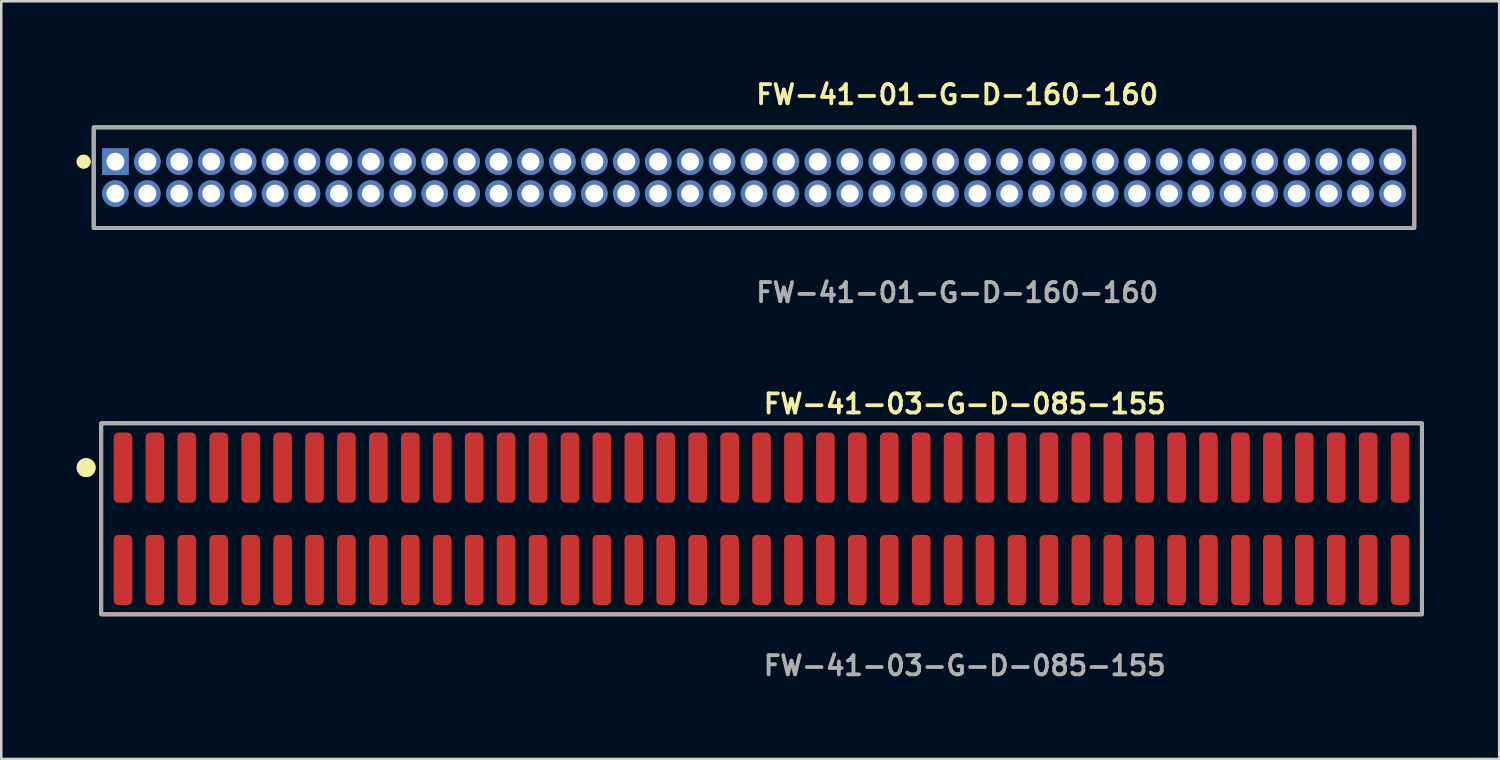
<source format=kicad_pcb>
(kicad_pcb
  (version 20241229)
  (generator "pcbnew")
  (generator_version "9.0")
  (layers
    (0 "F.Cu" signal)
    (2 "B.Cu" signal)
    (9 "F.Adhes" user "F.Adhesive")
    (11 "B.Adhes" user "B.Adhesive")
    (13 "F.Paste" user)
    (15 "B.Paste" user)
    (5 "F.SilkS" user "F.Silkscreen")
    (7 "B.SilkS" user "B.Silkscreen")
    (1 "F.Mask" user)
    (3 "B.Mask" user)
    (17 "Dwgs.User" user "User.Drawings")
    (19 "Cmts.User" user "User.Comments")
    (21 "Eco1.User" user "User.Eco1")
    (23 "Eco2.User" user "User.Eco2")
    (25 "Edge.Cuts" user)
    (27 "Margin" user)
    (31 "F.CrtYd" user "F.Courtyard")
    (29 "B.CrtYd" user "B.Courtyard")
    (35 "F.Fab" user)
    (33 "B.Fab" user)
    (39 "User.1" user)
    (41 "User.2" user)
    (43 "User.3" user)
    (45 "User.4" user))
  (footprint "FW-41-03-G-D-085-155"
    (layer "F.Cu")
    (at 27.241 17.586)
    (property "Reference" "FW-41-03-G-D-085-155" (at 0 -4.572 0) (unlocked yes) (layer "F.SilkS") (effects (font (size 0.762 0.762) (thickness 0.152)) (justify left)))
    (fp_rect (start -26.265 3.8) (end 26.265 -3.8) (stroke (width 0.152) (type solid)) (fill no) (layer "F.SilkS"))
    (fp_circle (center -26.865 -2.035) (end -27.165 -2.035) (stroke (width 0.152) (type solid)) (fill yes) (layer "F.SilkS"))
    (fp_circle (center -26.865 -2.035) (end -27.165 -2.035) (stroke (width 0.152) (type solid)) (fill yes) (layer "F.SilkS"))
    (fp_rect (start -26.265 3.8) (end 26.265 -3.8) (stroke (width 0.006) (type solid)) (fill no) (layer "F.CrtYd"))
    (fp_rect (start -26.265 3.8) (end 26.265 -3.8) (stroke (width 0.152) (type solid)) (fill no) (layer "F.Fab"))
    (fp_text user "${REFERENCE}" (at 0 5.842 0) (unlocked yes) (layer "F.Fab") (effects (font (size 0.762 0.762) (thickness 0.152)) (justify left)))
    (pad "1" smd roundrect (at -25.4 -2.035) (size 0.74 2.79) (layers "F.Cu" "F.Paste") (roundrect_rratio 0.25))
    (pad "2" smd roundrect (at -25.4 2.035) (size 0.74 2.79) (layers "F.Cu" "F.Paste") (roundrect_rratio 0.25))
    (pad "3" smd roundrect (at -24.13 -2.035) (size 0.74 2.79) (layers "F.Cu" "F.Paste") (roundrect_rratio 0.25))
    (pad "4" smd roundrect (at -24.13 2.035) (size 0.74 2.79) (layers "F.Cu" "F.Paste") (roundrect_rratio 0.25))
    (pad "5" smd roundrect (at -22.86 -2.035) (size 0.74 2.79) (layers "F.Cu" "F.Paste") (roundrect_rratio 0.25))
    (pad "6" smd roundrect (at -22.86 2.035) (size 0.74 2.79) (layers "F.Cu" "F.Paste") (roundrect_rratio 0.25))
    (pad "7" smd roundrect (at -21.59 -2.035) (size 0.74 2.79) (layers "F.Cu" "F.Paste") (roundrect_rratio 0.25))
    (pad "8" smd roundrect (at -21.59 2.035) (size 0.74 2.79) (layers "F.Cu" "F.Paste") (roundrect_rratio 0.25))
    (pad "9" smd roundrect (at -20.32 -2.035) (size 0.74 2.79) (layers "F.Cu" "F.Paste") (roundrect_rratio 0.25))
    (pad "10" smd roundrect (at -20.32 2.035) (size 0.74 2.79) (layers "F.Cu" "F.Paste") (roundrect_rratio 0.25))
    (pad "11" smd roundrect (at -19.05 -2.035) (size 0.74 2.79) (layers "F.Cu" "F.Paste") (roundrect_rratio 0.25))
    (pad "12" smd roundrect (at -19.05 2.035) (size 0.74 2.79) (layers "F.Cu" "F.Paste") (roundrect_rratio 0.25))
    (pad "13" smd roundrect (at -17.78 -2.035) (size 0.74 2.79) (layers "F.Cu" "F.Paste") (roundrect_rratio 0.25))
    (pad "14" smd roundrect (at -17.78 2.035) (size 0.74 2.79) (layers "F.Cu" "F.Paste") (roundrect_rratio 0.25))
    (pad "15" smd roundrect (at -16.51 -2.035) (size 0.74 2.79) (layers "F.Cu" "F.Paste") (roundrect_rratio 0.25))
    (pad "16" smd roundrect (at -16.51 2.035) (size 0.74 2.79) (layers "F.Cu" "F.Paste") (roundrect_rratio 0.25))
    (pad "17" smd roundrect (at -15.24 -2.035) (size 0.74 2.79) (layers "F.Cu" "F.Paste") (roundrect_rratio 0.25))
    (pad "18" smd roundrect (at -15.24 2.035) (size 0.74 2.79) (layers "F.Cu" "F.Paste") (roundrect_rratio 0.25))
    (pad "19" smd roundrect (at -13.97 -2.035) (size 0.74 2.79) (layers "F.Cu" "F.Paste") (roundrect_rratio 0.25))
    (pad "20" smd roundrect (at -13.97 2.035) (size 0.74 2.79) (layers "F.Cu" "F.Paste") (roundrect_rratio 0.25))
    (pad "21" smd roundrect (at -12.7 -2.035) (size 0.74 2.79) (layers "F.Cu" "F.Paste") (roundrect_rratio 0.25))
    (pad "22" smd roundrect (at -12.7 2.035) (size 0.74 2.79) (layers "F.Cu" "F.Paste") (roundrect_rratio 0.25))
    (pad "23" smd roundrect (at -11.43 -2.035) (size 0.74 2.79) (layers "F.Cu" "F.Paste") (roundrect_rratio 0.25))
    (pad "24" smd roundrect (at -11.43 2.035) (size 0.74 2.79) (layers "F.Cu" "F.Paste") (roundrect_rratio 0.25))
    (pad "25" smd roundrect (at -10.16 -2.035) (size 0.74 2.79) (layers "F.Cu" "F.Paste") (roundrect_rratio 0.25))
    (pad "26" smd roundrect (at -10.16 2.035) (size 0.74 2.79) (layers "F.Cu" "F.Paste") (roundrect_rratio 0.25))
    (pad "27" smd roundrect (at -8.89 -2.035) (size 0.74 2.79) (layers "F.Cu" "F.Paste") (roundrect_rratio 0.25))
    (pad "28" smd roundrect (at -8.89 2.035) (size 0.74 2.79) (layers "F.Cu" "F.Paste") (roundrect_rratio 0.25))
    (pad "29" smd roundrect (at -7.62 -2.035) (size 0.74 2.79) (layers "F.Cu" "F.Paste") (roundrect_rratio 0.25))
    (pad "30" smd roundrect (at -7.62 2.035) (size 0.74 2.79) (layers "F.Cu" "F.Paste") (roundrect_rratio 0.25))
    (pad "31" smd roundrect (at -6.35 -2.035) (size 0.74 2.79) (layers "F.Cu" "F.Paste") (roundrect_rratio 0.25))
    (pad "32" smd roundrect (at -6.35 2.035) (size 0.74 2.79) (layers "F.Cu" "F.Paste") (roundrect_rratio 0.25))
    (pad "33" smd roundrect (at -5.08 -2.035) (size 0.74 2.79) (layers "F.Cu" "F.Paste") (roundrect_rratio 0.25))
    (pad "34" smd roundrect (at -5.08 2.035) (size 0.74 2.79) (layers "F.Cu" "F.Paste") (roundrect_rratio 0.25))
    (pad "35" smd roundrect (at -3.81 -2.035) (size 0.74 2.79) (layers "F.Cu" "F.Paste") (roundrect_rratio 0.25))
    (pad "36" smd roundrect (at -3.81 2.035) (size 0.74 2.79) (layers "F.Cu" "F.Paste") (roundrect_rratio 0.25))
    (pad "37" smd roundrect (at -2.54 -2.035) (size 0.74 2.79) (layers "F.Cu" "F.Paste") (roundrect_rratio 0.25))
    (pad "38" smd roundrect (at -2.54 2.035) (size 0.74 2.79) (layers "F.Cu" "F.Paste") (roundrect_rratio 0.25))
    (pad "39" smd roundrect (at -1.27 -2.035) (size 0.74 2.79) (layers "F.Cu" "F.Paste") (roundrect_rratio 0.25))
    (pad "40" smd roundrect (at -1.27 2.035) (size 0.74 2.79) (layers "F.Cu" "F.Paste") (roundrect_rratio 0.25))
    (pad "41" smd roundrect (at 0 -2.035) (size 0.74 2.79) (layers "F.Cu" "F.Paste") (roundrect_rratio 0.25))
    (pad "42" smd roundrect (at 0 2.035) (size 0.74 2.79) (layers "F.Cu" "F.Paste") (roundrect_rratio 0.25))
    (pad "43" smd roundrect (at 1.27 -2.035) (size 0.74 2.79) (layers "F.Cu" "F.Paste") (roundrect_rratio 0.25))
    (pad "44" smd roundrect (at 1.27 2.035) (size 0.74 2.79) (layers "F.Cu" "F.Paste") (roundrect_rratio 0.25))
    (pad "45" smd roundrect (at 2.54 -2.035) (size 0.74 2.79) (layers "F.Cu" "F.Paste") (roundrect_rratio 0.25))
    (pad "46" smd roundrect (at 2.54 2.035) (size 0.74 2.79) (layers "F.Cu" "F.Paste") (roundrect_rratio 0.25))
    (pad "47" smd roundrect (at 3.81 -2.035) (size 0.74 2.79) (layers "F.Cu" "F.Paste") (roundrect_rratio 0.25))
    (pad "48" smd roundrect (at 3.81 2.035) (size 0.74 2.79) (layers "F.Cu" "F.Paste") (roundrect_rratio 0.25))
    (pad "49" smd roundrect (at 5.08 -2.035) (size 0.74 2.79) (layers "F.Cu" "F.Paste") (roundrect_rratio 0.25))
    (pad "50" smd roundrect (at 5.08 2.035) (size 0.74 2.79) (layers "F.Cu" "F.Paste") (roundrect_rratio 0.25))
    (pad "51" smd roundrect (at 6.35 -2.035) (size 0.74 2.79) (layers "F.Cu" "F.Paste") (roundrect_rratio 0.25))
    (pad "52" smd roundrect (at 6.35 2.035) (size 0.74 2.79) (layers "F.Cu" "F.Paste") (roundrect_rratio 0.25))
    (pad "53" smd roundrect (at 7.62 -2.035) (size 0.74 2.79) (layers "F.Cu" "F.Paste") (roundrect_rratio 0.25))
    (pad "54" smd roundrect (at 7.62 2.035) (size 0.74 2.79) (layers "F.Cu" "F.Paste") (roundrect_rratio 0.25))
    (pad "55" smd roundrect (at 8.89 -2.035) (size 0.74 2.79) (layers "F.Cu" "F.Paste") (roundrect_rratio 0.25))
    (pad "56" smd roundrect (at 8.89 2.035) (size 0.74 2.79) (layers "F.Cu" "F.Paste") (roundrect_rratio 0.25))
    (pad "57" smd roundrect (at 10.16 -2.035) (size 0.74 2.79) (layers "F.Cu" "F.Paste") (roundrect_rratio 0.25))
    (pad "58" smd roundrect (at 10.16 2.035) (size 0.74 2.79) (layers "F.Cu" "F.Paste") (roundrect_rratio 0.25))
    (pad "59" smd roundrect (at 11.43 -2.035) (size 0.74 2.79) (layers "F.Cu" "F.Paste") (roundrect_rratio 0.25))
    (pad "60" smd roundrect (at 11.43 2.035) (size 0.74 2.79) (layers "F.Cu" "F.Paste") (roundrect_rratio 0.25))
    (pad "61" smd roundrect (at 12.7 -2.035) (size 0.74 2.79) (layers "F.Cu" "F.Paste") (roundrect_rratio 0.25))
    (pad "62" smd roundrect (at 12.7 2.035) (size 0.74 2.79) (layers "F.Cu" "F.Paste") (roundrect_rratio 0.25))
    (pad "63" smd roundrect (at 13.97 -2.035) (size 0.74 2.79) (layers "F.Cu" "F.Paste") (roundrect_rratio 0.25))
    (pad "64" smd roundrect (at 13.97 2.035) (size 0.74 2.79) (layers "F.Cu" "F.Paste") (roundrect_rratio 0.25))
    (pad "65" smd roundrect (at 15.24 -2.035) (size 0.74 2.79) (layers "F.Cu" "F.Paste") (roundrect_rratio 0.25))
    (pad "66" smd roundrect (at 15.24 2.035) (size 0.74 2.79) (layers "F.Cu" "F.Paste") (roundrect_rratio 0.25))
    (pad "67" smd roundrect (at 16.51 -2.035) (size 0.74 2.79) (layers "F.Cu" "F.Paste") (roundrect_rratio 0.25))
    (pad "68" smd roundrect (at 16.51 2.035) (size 0.74 2.79) (layers "F.Cu" "F.Paste") (roundrect_rratio 0.25))
    (pad "69" smd roundrect (at 17.78 -2.035) (size 0.74 2.79) (layers "F.Cu" "F.Paste") (roundrect_rratio 0.25))
    (pad "70" smd roundrect (at 17.78 2.035) (size 0.74 2.79) (layers "F.Cu" "F.Paste") (roundrect_rratio 0.25))
    (pad "71" smd roundrect (at 19.05 -2.035) (size 0.74 2.79) (layers "F.Cu" "F.Paste") (roundrect_rratio 0.25))
    (pad "72" smd roundrect (at 19.05 2.035) (size 0.74 2.79) (layers "F.Cu" "F.Paste") (roundrect_rratio 0.25))
    (pad "73" smd roundrect (at 20.32 -2.035) (size 0.74 2.79) (layers "F.Cu" "F.Paste") (roundrect_rratio 0.25))
    (pad "74" smd roundrect (at 20.32 2.035) (size 0.74 2.79) (layers "F.Cu" "F.Paste") (roundrect_rratio 0.25))
    (pad "75" smd roundrect (at 21.59 -2.035) (size 0.74 2.79) (layers "F.Cu" "F.Paste") (roundrect_rratio 0.25))
    (pad "76" smd roundrect (at 21.59 2.035) (size 0.74 2.79) (layers "F.Cu" "F.Paste") (roundrect_rratio 0.25))
    (pad "77" smd roundrect (at 22.86 -2.035) (size 0.74 2.79) (layers "F.Cu" "F.Paste") (roundrect_rratio 0.25))
    (pad "78" smd roundrect (at 22.86 2.035) (size 0.74 2.79) (layers "F.Cu" "F.Paste") (roundrect_rratio 0.25))
    (pad "79" smd roundrect (at 24.13 -2.035) (size 0.74 2.79) (layers "F.Cu" "F.Paste") (roundrect_rratio 0.25))
    (pad "80" smd roundrect (at 24.13 2.035) (size 0.74 2.79) (layers "F.Cu" "F.Paste") (roundrect_rratio 0.25))
    (pad "81" smd roundrect (at 25.4 -2.035) (size 0.74 2.79) (layers "F.Cu" "F.Paste") (roundrect_rratio 0.25))
    (pad "82" smd roundrect (at 25.4 2.035) (size 0.74 2.79) (layers "F.Cu" "F.Paste") (roundrect_rratio 0.25)))
  (footprint "FW-41-01-G-D-160-160"
    (layer "F.Cu")
    (at 26.941 4.015)
    (property "Reference" "FW-41-01-G-D-160-160" (at 0 -3.302 0) (unlocked yes) (layer "F.SilkS") (effects (font (size 0.762 0.762) (thickness 0.152)) (justify left)))
    (fp_rect (start -26.265 2) (end 26.265 -2) (stroke (width 0.152) (type solid)) (fill no) (layer "F.SilkS"))
    (fp_circle (center -26.665 -0.635) (end -26.865 -0.635) (stroke (width 0.152) (type solid)) (fill yes) (layer "F.SilkS"))
    (fp_circle (center -26.665 -0.635) (end -26.865 -0.635) (stroke (width 0.152) (type solid)) (fill yes) (layer "F.SilkS"))
    (fp_rect (start -26.265 2) (end 26.265 -2) (stroke (width 0.006) (type solid)) (fill no) (layer "F.CrtYd"))
    (fp_rect (start -26.265 2) (end 26.265 -2) (stroke (width 0.152) (type solid)) (fill no) (layer "F.Fab"))
    (fp_text user "${REFERENCE}" (at 0 4.572 0) (unlocked yes) (layer "F.Fab") (effects (font (size 0.762 0.762) (thickness 0.152)) (justify left)))
    (pad "1" thru_hole rect (at -25.4 -0.635) (size 1.06 1.06) (drill 0.71) (layers "*.Cu" "*.Mask"))
    (pad "2" thru_hole circle (at -25.4 0.635) (size 1.06 1.06) (drill 0.71) (layers "*.Cu" "*.Mask"))
    (pad "3" thru_hole circle (at -24.13 -0.635) (size 1.06 1.06) (drill 0.71) (layers "*.Cu" "*.Mask"))
    (pad "4" thru_hole circle (at -24.13 0.635) (size 1.06 1.06) (drill 0.71) (layers "*.Cu" "*.Mask"))
    (pad "5" thru_hole circle (at -22.86 -0.635) (size 1.06 1.06) (drill 0.71) (layers "*.Cu" "*.Mask"))
    (pad "6" thru_hole circle (at -22.86 0.635) (size 1.06 1.06) (drill 0.71) (layers "*.Cu" "*.Mask"))
    (pad "7" thru_hole circle (at -21.59 -0.635) (size 1.06 1.06) (drill 0.71) (layers "*.Cu" "*.Mask"))
    (pad "8" thru_hole circle (at -21.59 0.635) (size 1.06 1.06) (drill 0.71) (layers "*.Cu" "*.Mask"))
    (pad "9" thru_hole circle (at -20.32 -0.635) (size 1.06 1.06) (drill 0.71) (layers "*.Cu" "*.Mask"))
    (pad "10" thru_hole circle (at -20.32 0.635) (size 1.06 1.06) (drill 0.71) (layers "*.Cu" "*.Mask"))
    (pad "11" thru_hole circle (at -19.05 -0.635) (size 1.06 1.06) (drill 0.71) (layers "*.Cu" "*.Mask"))
    (pad "12" thru_hole circle (at -19.05 0.635) (size 1.06 1.06) (drill 0.71) (layers "*.Cu" "*.Mask"))
    (pad "13" thru_hole circle (at -17.78 -0.635) (size 1.06 1.06) (drill 0.71) (layers "*.Cu" "*.Mask"))
    (pad "14" thru_hole circle (at -17.78 0.635) (size 1.06 1.06) (drill 0.71) (layers "*.Cu" "*.Mask"))
    (pad "15" thru_hole circle (at -16.51 -0.635) (size 1.06 1.06) (drill 0.71) (layers "*.Cu" "*.Mask"))
    (pad "16" thru_hole circle (at -16.51 0.635) (size 1.06 1.06) (drill 0.71) (layers "*.Cu" "*.Mask"))
    (pad "17" thru_hole circle (at -15.24 -0.635) (size 1.06 1.06) (drill 0.71) (layers "*.Cu" "*.Mask"))
    (pad "18" thru_hole circle (at -15.24 0.635) (size 1.06 1.06) (drill 0.71) (layers "*.Cu" "*.Mask"))
    (pad "19" thru_hole circle (at -13.97 -0.635) (size 1.06 1.06) (drill 0.71) (layers "*.Cu" "*.Mask"))
    (pad "20" thru_hole circle (at -13.97 0.635) (size 1.06 1.06) (drill 0.71) (layers "*.Cu" "*.Mask"))
    (pad "21" thru_hole circle (at -12.7 -0.635) (size 1.06 1.06) (drill 0.71) (layers "*.Cu" "*.Mask"))
    (pad "22" thru_hole circle (at -12.7 0.635) (size 1.06 1.06) (drill 0.71) (layers "*.Cu" "*.Mask"))
    (pad "23" thru_hole circle (at -11.43 -0.635) (size 1.06 1.06) (drill 0.71) (layers "*.Cu" "*.Mask"))
    (pad "24" thru_hole circle (at -11.43 0.635) (size 1.06 1.06) (drill 0.71) (layers "*.Cu" "*.Mask"))
    (pad "25" thru_hole circle (at -10.16 -0.635) (size 1.06 1.06) (drill 0.71) (layers "*.Cu" "*.Mask"))
    (pad "26" thru_hole circle (at -10.16 0.635) (size 1.06 1.06) (drill 0.71) (layers "*.Cu" "*.Mask"))
    (pad "27" thru_hole circle (at -8.89 -0.635) (size 1.06 1.06) (drill 0.71) (layers "*.Cu" "*.Mask"))
    (pad "28" thru_hole circle (at -8.89 0.635) (size 1.06 1.06) (drill 0.71) (layers "*.Cu" "*.Mask"))
    (pad "29" thru_hole circle (at -7.62 -0.635) (size 1.06 1.06) (drill 0.71) (layers "*.Cu" "*.Mask"))
    (pad "30" thru_hole circle (at -7.62 0.635) (size 1.06 1.06) (drill 0.71) (layers "*.Cu" "*.Mask"))
    (pad "31" thru_hole circle (at -6.35 -0.635) (size 1.06 1.06) (drill 0.71) (layers "*.Cu" "*.Mask"))
    (pad "32" thru_hole circle (at -6.35 0.635) (size 1.06 1.06) (drill 0.71) (layers "*.Cu" "*.Mask"))
    (pad "33" thru_hole circle (at -5.08 -0.635) (size 1.06 1.06) (drill 0.71) (layers "*.Cu" "*.Mask"))
    (pad "34" thru_hole circle (at -5.08 0.635) (size 1.06 1.06) (drill 0.71) (layers "*.Cu" "*.Mask"))
    (pad "35" thru_hole circle (at -3.81 -0.635) (size 1.06 1.06) (drill 0.71) (layers "*.Cu" "*.Mask"))
    (pad "36" thru_hole circle (at -3.81 0.635) (size 1.06 1.06) (drill 0.71) (layers "*.Cu" "*.Mask"))
    (pad "37" thru_hole circle (at -2.54 -0.635) (size 1.06 1.06) (drill 0.71) (layers "*.Cu" "*.Mask"))
    (pad "38" thru_hole circle (at -2.54 0.635) (size 1.06 1.06) (drill 0.71) (layers "*.Cu" "*.Mask"))
    (pad "39" thru_hole circle (at -1.27 -0.635) (size 1.06 1.06) (drill 0.71) (layers "*.Cu" "*.Mask"))
    (pad "40" thru_hole circle (at -1.27 0.635) (size 1.06 1.06) (drill 0.71) (layers "*.Cu" "*.Mask"))
    (pad "41" thru_hole circle (at 0 -0.635) (size 1.06 1.06) (drill 0.71) (layers "*.Cu" "*.Mask"))
    (pad "42" thru_hole circle (at 0 0.635) (size 1.06 1.06) (drill 0.71) (layers "*.Cu" "*.Mask"))
    (pad "43" thru_hole circle (at 1.27 -0.635) (size 1.06 1.06) (drill 0.71) (layers "*.Cu" "*.Mask"))
    (pad "44" thru_hole circle (at 1.27 0.635) (size 1.06 1.06) (drill 0.71) (layers "*.Cu" "*.Mask"))
    (pad "45" thru_hole circle (at 2.54 -0.635) (size 1.06 1.06) (drill 0.71) (layers "*.Cu" "*.Mask"))
    (pad "46" thru_hole circle (at 2.54 0.635) (size 1.06 1.06) (drill 0.71) (layers "*.Cu" "*.Mask"))
    (pad "47" thru_hole circle (at 3.81 -0.635) (size 1.06 1.06) (drill 0.71) (layers "*.Cu" "*.Mask"))
    (pad "48" thru_hole circle (at 3.81 0.635) (size 1.06 1.06) (drill 0.71) (layers "*.Cu" "*.Mask"))
    (pad "49" thru_hole circle (at 5.08 -0.635) (size 1.06 1.06) (drill 0.71) (layers "*.Cu" "*.Mask"))
    (pad "50" thru_hole circle (at 5.08 0.635) (size 1.06 1.06) (drill 0.71) (layers "*.Cu" "*.Mask"))
    (pad "51" thru_hole circle (at 6.35 -0.635) (size 1.06 1.06) (drill 0.71) (layers "*.Cu" "*.Mask"))
    (pad "52" thru_hole circle (at 6.35 0.635) (size 1.06 1.06) (drill 0.71) (layers "*.Cu" "*.Mask"))
    (pad "53" thru_hole circle (at 7.62 -0.635) (size 1.06 1.06) (drill 0.71) (layers "*.Cu" "*.Mask"))
    (pad "54" thru_hole circle (at 7.62 0.635) (size 1.06 1.06) (drill 0.71) (layers "*.Cu" "*.Mask"))
    (pad "55" thru_hole circle (at 8.89 -0.635) (size 1.06 1.06) (drill 0.71) (layers "*.Cu" "*.Mask"))
    (pad "56" thru_hole circle (at 8.89 0.635) (size 1.06 1.06) (drill 0.71) (layers "*.Cu" "*.Mask"))
    (pad "57" thru_hole circle (at 10.16 -0.635) (size 1.06 1.06) (drill 0.71) (layers "*.Cu" "*.Mask"))
    (pad "58" thru_hole circle (at 10.16 0.635) (size 1.06 1.06) (drill 0.71) (layers "*.Cu" "*.Mask"))
    (pad "59" thru_hole circle (at 11.43 -0.635) (size 1.06 1.06) (drill 0.71) (layers "*.Cu" "*.Mask"))
    (pad "60" thru_hole circle (at 11.43 0.635) (size 1.06 1.06) (drill 0.71) (layers "*.Cu" "*.Mask"))
    (pad "61" thru_hole circle (at 12.7 -0.635) (size 1.06 1.06) (drill 0.71) (layers "*.Cu" "*.Mask"))
    (pad "62" thru_hole circle (at 12.7 0.635) (size 1.06 1.06) (drill 0.71) (layers "*.Cu" "*.Mask"))
    (pad "63" thru_hole circle (at 13.97 -0.635) (size 1.06 1.06) (drill 0.71) (layers "*.Cu" "*.Mask"))
    (pad "64" thru_hole circle (at 13.97 0.635) (size 1.06 1.06) (drill 0.71) (layers "*.Cu" "*.Mask"))
    (pad "65" thru_hole circle (at 15.24 -0.635) (size 1.06 1.06) (drill 0.71) (layers "*.Cu" "*.Mask"))
    (pad "66" thru_hole circle (at 15.24 0.635) (size 1.06 1.06) (drill 0.71) (layers "*.Cu" "*.Mask"))
    (pad "67" thru_hole circle (at 16.51 -0.635) (size 1.06 1.06) (drill 0.71) (layers "*.Cu" "*.Mask"))
    (pad "68" thru_hole circle (at 16.51 0.635) (size 1.06 1.06) (drill 0.71) (layers "*.Cu" "*.Mask"))
    (pad "69" thru_hole circle (at 17.78 -0.635) (size 1.06 1.06) (drill 0.71) (layers "*.Cu" "*.Mask"))
    (pad "70" thru_hole circle (at 17.78 0.635) (size 1.06 1.06) (drill 0.71) (layers "*.Cu" "*.Mask"))
    (pad "71" thru_hole circle (at 19.05 -0.635) (size 1.06 1.06) (drill 0.71) (layers "*.Cu" "*.Mask"))
    (pad "72" thru_hole circle (at 19.05 0.635) (size 1.06 1.06) (drill 0.71) (layers "*.Cu" "*.Mask"))
    (pad "73" thru_hole circle (at 20.32 -0.635) (size 1.06 1.06) (drill 0.71) (layers "*.Cu" "*.Mask"))
    (pad "74" thru_hole circle (at 20.32 0.635) (size 1.06 1.06) (drill 0.71) (layers "*.Cu" "*.Mask"))
    (pad "75" thru_hole circle (at 21.59 -0.635) (size 1.06 1.06) (drill 0.71) (layers "*.Cu" "*.Mask"))
    (pad "76" thru_hole circle (at 21.59 0.635) (size 1.06 1.06) (drill 0.71) (layers "*.Cu" "*.Mask"))
    (pad "77" thru_hole circle (at 22.86 -0.635) (size 1.06 1.06) (drill 0.71) (layers "*.Cu" "*.Mask"))
    (pad "78" thru_hole circle (at 22.86 0.635) (size 1.06 1.06) (drill 0.71) (layers "*.Cu" "*.Mask"))
    (pad "79" thru_hole circle (at 24.13 -0.635) (size 1.06 1.06) (drill 0.71) (layers "*.Cu" "*.Mask"))
    (pad "80" thru_hole circle (at 24.13 0.635) (size 1.06 1.06) (drill 0.71) (layers "*.Cu" "*.Mask"))
    (pad "81" thru_hole circle (at 25.4 -0.635) (size 1.06 1.06) (drill 0.71) (layers "*.Cu" "*.Mask"))
    (pad "82" thru_hole circle (at 25.4 0.635) (size 1.06 1.06) (drill 0.71) (layers "*.Cu" "*.Mask")))
  (gr_rect
    (start -3 -3)
    (end 56.582 27.141)
    (stroke (width 0.1) (type default))
    (fill no)
    (layer "Edge.Cuts")))
</source>
